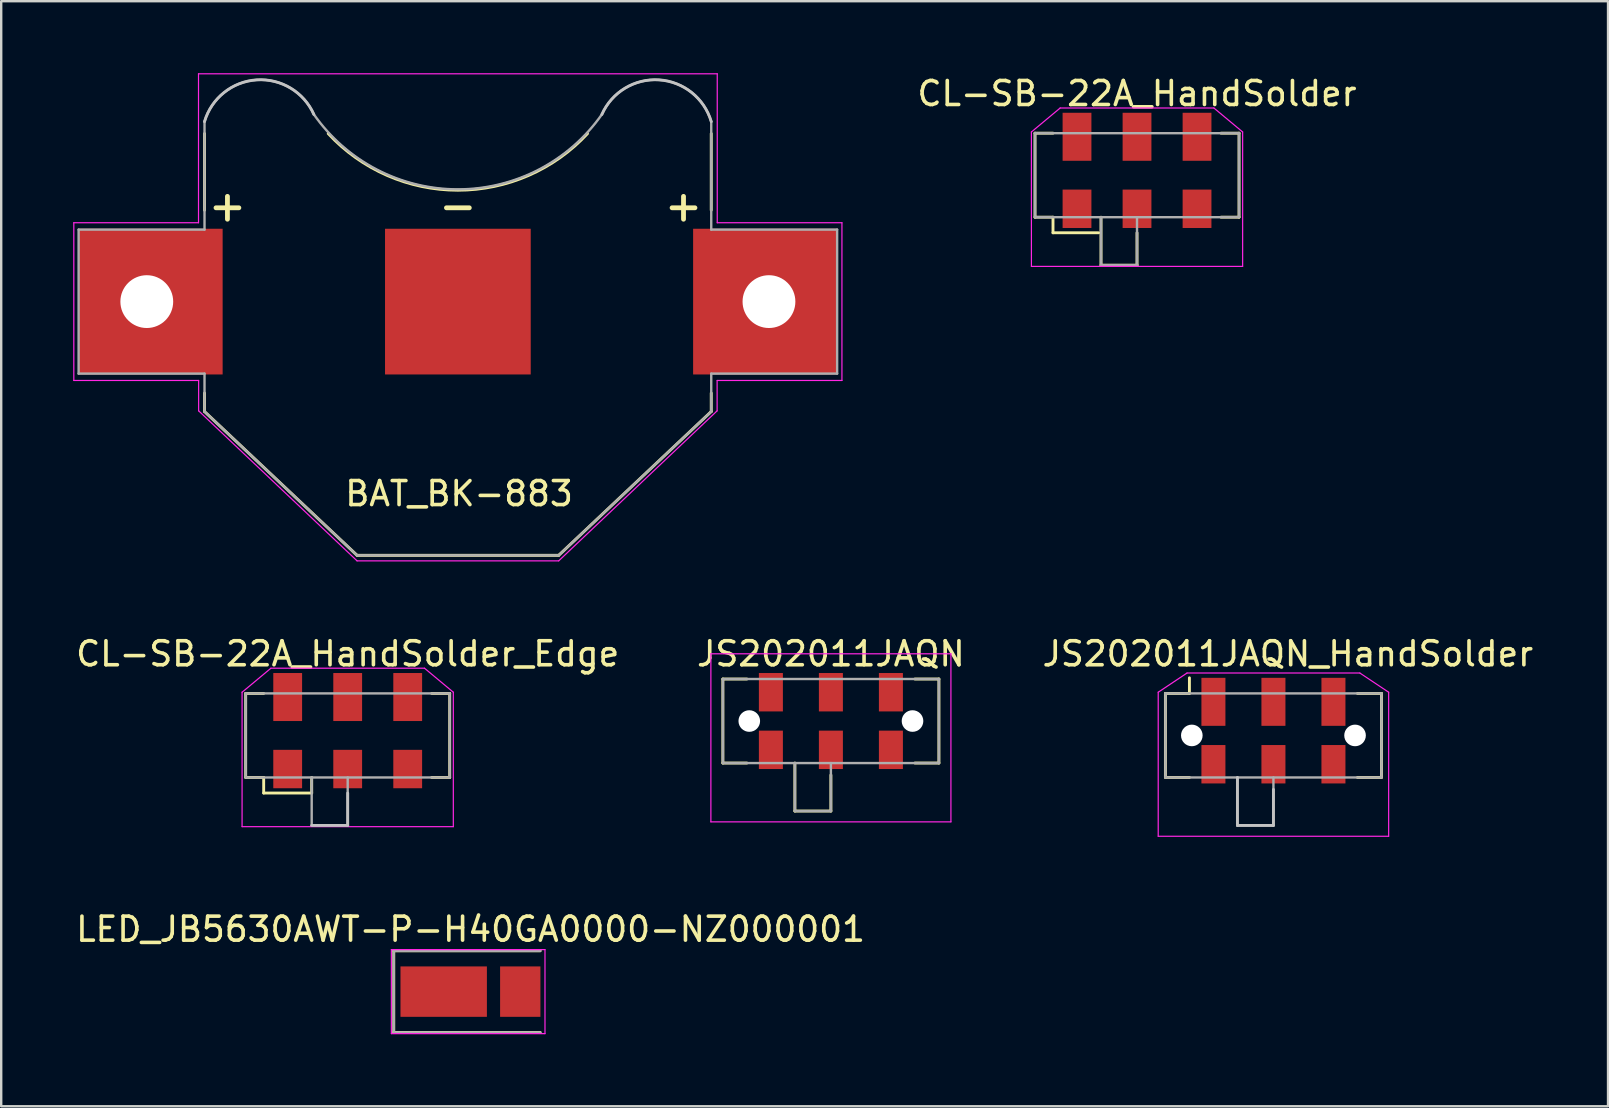
<source format=kicad_pcb>
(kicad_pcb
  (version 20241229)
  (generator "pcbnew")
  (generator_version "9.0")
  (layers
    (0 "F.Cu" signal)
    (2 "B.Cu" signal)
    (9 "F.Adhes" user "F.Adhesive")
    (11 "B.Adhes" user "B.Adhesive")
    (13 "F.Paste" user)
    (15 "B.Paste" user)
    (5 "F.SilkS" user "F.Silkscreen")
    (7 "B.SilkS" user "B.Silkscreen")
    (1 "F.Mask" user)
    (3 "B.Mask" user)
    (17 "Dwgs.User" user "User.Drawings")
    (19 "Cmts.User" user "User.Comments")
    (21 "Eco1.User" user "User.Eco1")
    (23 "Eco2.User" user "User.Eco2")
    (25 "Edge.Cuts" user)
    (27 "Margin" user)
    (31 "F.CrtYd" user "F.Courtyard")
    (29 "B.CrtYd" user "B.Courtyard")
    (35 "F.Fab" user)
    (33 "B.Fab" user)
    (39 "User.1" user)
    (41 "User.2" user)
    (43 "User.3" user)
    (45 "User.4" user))
  (footprint "JS202011JAQN"
    (layer "F.Cu")
    (at 31.565 26.988)
    (property "Reference" "JS202011JAQN" (at 0 -2.8 0) (layer "F.SilkS") (effects (font (size 1 1) (thickness 0.15))))
    (attr smd)
    (fp_line (start -4.5 -1.75) (end -4.5 1.75) (stroke (width 0.12) (type solid)) (layer "F.SilkS"))
    (fp_line (start -4.5 1.75) (end -3.5 1.75) (stroke (width 0.12) (type solid)) (layer "F.SilkS"))
    (fp_line (start -3.5 -1.75) (end -4.5 -1.75) (stroke (width 0.12) (type solid)) (layer "F.SilkS"))
    (fp_line (start -1.5 1.75) (end -1.5 3.75) (stroke (width 0.12) (type solid)) (layer "F.SilkS"))
    (fp_line (start -1.5 3.75) (end 0 3.75) (stroke (width 0.12) (type solid)) (layer "F.SilkS"))
    (fp_line (start 0 3.75) (end 0 2.25) (stroke (width 0.12) (type solid)) (layer "F.SilkS"))
    (fp_line (start 3.5 -1.75) (end 4.5 -1.75) (stroke (width 0.12) (type solid)) (layer "F.SilkS"))
    (fp_line (start 4.5 -1.75) (end 4.5 1.75) (stroke (width 0.12) (type solid)) (layer "F.SilkS"))
    (fp_line (start 4.5 1.75) (end 3.5 1.75) (stroke (width 0.12) (type solid)) (layer "F.SilkS"))
    (fp_line (start -5 -2.8) (end 5 -2.8) (stroke (width 0.05) (type solid)) (layer "F.CrtYd"))
    (fp_line (start -5 4.2) (end -5 -2.8) (stroke (width 0.05) (type solid)) (layer "F.CrtYd"))
    (fp_line (start 5 -2.8) (end 5 4.2) (stroke (width 0.05) (type solid)) (layer "F.CrtYd"))
    (fp_line (start 5 4.2) (end -5 4.2) (stroke (width 0.05) (type solid)) (layer "F.CrtYd"))
    (fp_line (start -4.5 -1.75) (end 4.5 -1.75) (stroke (width 0.1) (type solid)) (layer "F.Fab"))
    (fp_line (start -4.5 1.75) (end -4.5 -1.75) (stroke (width 0.1) (type solid)) (layer "F.Fab"))
    (fp_line (start -1.5 3.75) (end -1.5 1.75) (stroke (width 0.1) (type solid)) (layer "F.Fab"))
    (fp_line (start 0 1.75) (end 0 3.75) (stroke (width 0.1) (type solid)) (layer "F.Fab"))
    (fp_line (start 0 3.75) (end -1.5 3.75) (stroke (width 0.1) (type solid)) (layer "F.Fab"))
    (fp_line (start 4.5 -1.75) (end 4.5 1.75) (stroke (width 0.1) (type solid)) (layer "F.Fab"))
    (fp_line (start 4.5 1.75) (end -4.5 1.75) (stroke (width 0.1) (type solid)) (layer "F.Fab"))
    (pad "" np_thru_hole circle (at -3.4 0) (size 0.9 0.9) (drill 0.9) (layers "*.Cu" "*.Mask"))
    (pad "" np_thru_hole circle (at 3.4 0) (size 0.9 0.9) (drill 0.9) (layers "*.Cu" "*.Mask"))
    (pad "1" smd rect (at -2.5 -1.2) (size 1 1.6) (layers "F.Cu" "F.Mask" "F.Paste"))
    (pad "2" smd rect (at 0 -1.2) (size 1 1.6) (layers "F.Cu" "F.Mask" "F.Paste"))
    (pad "3" smd rect (at 2.5 -1.2) (size 1 1.6) (layers "F.Cu" "F.Mask" "F.Paste"))
    (pad "4" smd rect (at -2.5 1.2) (size 1 1.6) (layers "F.Cu" "F.Mask" "F.Paste"))
    (pad "5" smd rect (at 0 1.2) (size 1 1.6) (layers "F.Cu" "F.Mask" "F.Paste"))
    (pad "6" smd rect (at 2.5 1.2) (size 1 1.6) (layers "F.Cu" "F.Mask" "F.Paste")))
  (footprint "BAT_BK-883"
    (layer "F.Cu")
    (at 16.025 9.515)
    (property "Reference" "BAT_BK-883" (at 0.05 8 0) (layer "F.SilkS") (effects (font (size 1 1) (thickness 0.15))))
    (attr smd)
    (fp_line (start -10.555 -7) (end -10.555 -3.81) (stroke (width 0.12) (type solid)) (layer "F.SilkS"))
    (fp_line (start -10.555 3.81) (end -10.555 4.58) (stroke (width 0.12) (type solid)) (layer "F.SilkS"))
    (fp_line (start -10.555 4.58) (end -4.2 10.57) (stroke (width 0.12) (type solid)) (layer "F.SilkS"))
    (fp_line (start -4.2 10.57) (end 4.2 10.57) (stroke (width 0.12) (type solid)) (layer "F.SilkS"))
    (fp_line (start 4.2 10.57) (end 10.555 4.58) (stroke (width 0.12) (type solid)) (layer "F.SilkS"))
    (fp_line (start 10.555 -3.81) (end 10.555 -7) (stroke (width 0.12) (type solid)) (layer "F.SilkS"))
    (fp_line (start 10.555 4.58) (end 10.555 3.81) (stroke (width 0.12) (type solid)) (layer "F.SilkS"))
    (fp_arc (start 5.399999 -6.999999) (mid -0.000001 -4.641051) (end -5.4 -7) (stroke (width 0.12) (type solid)) (layer "F.SilkS"))
    (fp_arc (start -10.555 -7.5) (mid -8.382044 -9.237329) (end -6 -7.8) (stroke (width 0.12) (type solid)) (layer "Dwgs.User"))
    (fp_arc (start 6 -7.8) (mid 8.382044 -9.237329) (end 10.555 -7.5) (stroke (width 0.12) (type solid)) (layer "Dwgs.User"))
    (fp_line (start -16 -3.285) (end -16 3.285) (stroke (width 0.05) (type solid)) (layer "F.CrtYd"))
    (fp_line (start -16 3.285) (end -10.8 3.285) (stroke (width 0.05) (type solid)) (layer "F.CrtYd"))
    (fp_line (start -10.805 -9.49) (end -10.805 -3.285) (stroke (width 0.05) (type solid)) (layer "F.CrtYd"))
    (fp_line (start -10.805 -3.285) (end -16 -3.285) (stroke (width 0.05) (type solid)) (layer "F.CrtYd"))
    (fp_line (start -10.8 3.285) (end -10.8 4.55) (stroke (width 0.05) (type solid)) (layer "F.CrtYd"))
    (fp_line (start -10.8 4.55) (end -4.2 10.8) (stroke (width 0.05) (type solid)) (layer "F.CrtYd"))
    (fp_line (start -4.2 10.8) (end 4.2 10.8) (stroke (width 0.05) (type solid)) (layer "F.CrtYd"))
    (fp_line (start 10.8 4.55) (end 4.2 10.8) (stroke (width 0.05) (type solid)) (layer "F.CrtYd"))
    (fp_line (start 10.8 4.55) (end 10.8 3.285) (stroke (width 0.05) (type solid)) (layer "F.CrtYd"))
    (fp_line (start 10.805 -9.49) (end -10.805 -9.49) (stroke (width 0.05) (type solid)) (layer "F.CrtYd"))
    (fp_line (start 10.805 -3.285) (end 10.805 -9.49) (stroke (width 0.05) (type solid)) (layer "F.CrtYd"))
    (fp_line (start 10.805 3.285) (end 16 3.285) (stroke (width 0.05) (type solid)) (layer "F.CrtYd"))
    (fp_line (start 16 -3.285) (end 10.805 -3.285) (stroke (width 0.05) (type solid)) (layer "F.CrtYd"))
    (fp_line (start 16 3.285) (end 16 -3.285) (stroke (width 0.05) (type solid)) (layer "F.CrtYd"))
    (fp_line (start -15.8 -3) (end -15.8 3) (stroke (width 0.1) (type solid)) (layer "F.Fab"))
    (fp_line (start -15.8 3) (end -10.555 3) (stroke (width 0.1) (type solid)) (layer "F.Fab"))
    (fp_line (start -10.555 -7.5) (end -10.555 -3) (stroke (width 0.1) (type solid)) (layer "F.Fab"))
    (fp_line (start -10.555 -3) (end -15.8 -3) (stroke (width 0.1) (type solid)) (layer "F.Fab"))
    (fp_line (start -10.555 3) (end -10.555 4.58) (stroke (width 0.1) (type solid)) (layer "F.Fab"))
    (fp_line (start -10.555 4.58) (end -4.2 10.57) (stroke (width 0.1) (type solid)) (layer "F.Fab"))
    (fp_line (start -4.2 10.57) (end 4.2 10.57) (stroke (width 0.1) (type solid)) (layer "F.Fab"))
    (fp_line (start 4.2 10.57) (end 10.555 4.58) (stroke (width 0.1) (type solid)) (layer "F.Fab"))
    (fp_line (start 10.555 -3) (end 10.555 -7.5) (stroke (width 0.1) (type solid)) (layer "F.Fab"))
    (fp_line (start 10.555 3) (end 15.8 3) (stroke (width 0.1) (type solid)) (layer "F.Fab"))
    (fp_line (start 10.555 4.58) (end 10.555 3) (stroke (width 0.1) (type solid)) (layer "F.Fab"))
    (fp_line (start 15.8 -3) (end 10.555 -3) (stroke (width 0.1) (type solid)) (layer "F.Fab"))
    (fp_line (start 15.8 3) (end 15.8 -3) (stroke (width 0.1) (type solid)) (layer "F.Fab"))
    (fp_arc (start -10.555 -7.5) (mid -8.382044 -9.237329) (end -6 -7.8) (stroke (width 0.1) (type solid)) (layer "F.Fab"))
    (fp_arc (start 6 -7.8) (mid 0 -4.676598) (end -6 -7.8) (stroke (width 0.1) (type solid)) (layer "F.Fab"))
    (fp_arc (start 6 -7.8) (mid 8.382044 -9.237329) (end 10.555 -7.5) (stroke (width 0.1) (type solid)) (layer "F.Fab"))
    (fp_text user "+" (at -9.6 -4 0) (layer "F.SilkS") (effects (font (size 1.25 1.25) (thickness 0.2))))
    (fp_text user "+" (at 9.4 -4 0) (layer "F.SilkS") (effects (font (size 1.25 1.25) (thickness 0.2))))
    (fp_text user "-" (at 0 -4 0) (layer "F.SilkS") (effects (font (size 1.25 1.25) (thickness 0.2))))
    (pad "" np_thru_hole circle (at -12.96 0) (size 2.2 2.2) (drill 2.2) (layers "*.Cu" "*.Mask"))
    (pad "" np_thru_hole circle (at 12.96 0) (size 2.2 2.2) (drill 2.2) (layers "*.Cu" "*.Mask"))
    (pad "1" smd rect (at -12.8 0) (size 6 6.07) (layers "F.Cu" "F.Mask" "F.Paste"))
    (pad "2" smd rect (at 0 0) (size 6.07 6.07) (layers "F.Cu" "F.Mask" "F.Paste"))
    (pad "3" smd rect (at 12.8 0) (size 6 6.07) (layers "F.Cu" "F.Mask" "F.Paste")))
  (footprint "CL-SB-22A_HandSolder_Edge"
    (layer "F.Cu")
    (at 11.435 27.588)
    (property "Reference" "CL-SB-22A_HandSolder_Edge" (at 0 -3.4 0) (layer "F.SilkS") (effects (font (size 1 1) (thickness 0.15))))
    (attr smd)
    (fp_line (start -4.25 -1.75) (end -4.25 1.75) (stroke (width 0.12) (type solid)) (layer "F.SilkS"))
    (fp_line (start -4.25 1.75) (end -3.5 1.75) (stroke (width 0.12) (type solid)) (layer "F.SilkS"))
    (fp_line (start -3.5 -1.75) (end -4.25 -1.75) (stroke (width 0.12) (type solid)) (layer "F.SilkS"))
    (fp_line (start -3.5 1.75) (end -3.5 2.4) (stroke (width 0.12) (type solid)) (layer "F.SilkS"))
    (fp_line (start -3.5 2.4) (end -1.5 2.4) (stroke (width 0.12) (type solid)) (layer "F.SilkS"))
    (fp_line (start -1.5 1.75) (end -1.5 2.4) (stroke (width 0.12) (type solid)) (layer "F.SilkS"))
    (fp_line (start 3.5 -1.75) (end 4.25 -1.75) (stroke (width 0.12) (type solid)) (layer "F.SilkS"))
    (fp_line (start 4.25 -1.75) (end 4.25 1.75) (stroke (width 0.12) (type solid)) (layer "F.SilkS"))
    (fp_line (start 4.25 1.75) (end 3.5 1.75) (stroke (width 0.12) (type solid)) (layer "F.SilkS"))
    (fp_line (start -1.5 3.75) (end 0 3.75) (stroke (width 0.12) (type solid)) (layer "Dwgs.User"))
    (fp_line (start 0 3.75) (end 0 2.4) (stroke (width 0.12) (type solid)) (layer "Dwgs.User"))
    (fp_line (start -4.4 -1.8) (end -3.2 -2.8) (stroke (width 0.05) (type solid)) (layer "F.CrtYd"))
    (fp_line (start -4.4 3.8) (end -4.4 -1.8) (stroke (width 0.05) (type solid)) (layer "F.CrtYd"))
    (fp_line (start -3.2 -2.8) (end 3.2 -2.8) (stroke (width 0.05) (type solid)) (layer "F.CrtYd"))
    (fp_line (start 4.4 -1.8) (end 3.2 -2.8) (stroke (width 0.05) (type solid)) (layer "F.CrtYd"))
    (fp_line (start 4.4 -1.8) (end 4.4 3.8) (stroke (width 0.05) (type solid)) (layer "F.CrtYd"))
    (fp_line (start 4.4 3.8) (end -4.4 3.8) (stroke (width 0.05) (type solid)) (layer "F.CrtYd"))
    (fp_line (start -4.25 -1.75) (end 4.25 -1.75) (stroke (width 0.1) (type solid)) (layer "F.Fab"))
    (fp_line (start -4.25 1.75) (end -4.25 -1.75) (stroke (width 0.1) (type solid)) (layer "F.Fab"))
    (fp_line (start -1.5 3.75) (end -1.5 1.75) (stroke (width 0.1) (type solid)) (layer "F.Fab"))
    (fp_line (start 0 1.75) (end 0 3.75) (stroke (width 0.1) (type solid)) (layer "F.Fab"))
    (fp_line (start 0 3.75) (end -1.5 3.75) (stroke (width 0.1) (type solid)) (layer "F.Fab"))
    (fp_line (start 4.25 -1.75) (end 4.25 1.75) (stroke (width 0.1) (type solid)) (layer "F.Fab"))
    (fp_line (start 4.25 1.75) (end -4.25 1.75) (stroke (width 0.1) (type solid)) (layer "F.Fab"))
    (pad "1" smd rect (at -2.5 1.4) (size 1.2 1.6) (layers "F.Cu" "F.Mask" "F.Paste"))
    (pad "2" smd rect (at 0 1.4) (size 1.2 1.6) (layers "F.Cu" "F.Mask" "F.Paste"))
    (pad "3" smd rect (at 2.5 1.4) (size 1.2 1.6) (layers "F.Cu" "F.Mask" "F.Paste"))
    (pad "4" smd rect (at -2.5 -1.6) (size 1.2 2) (layers "F.Cu" "F.Mask" "F.Paste"))
    (pad "5" smd rect (at 0 -1.6) (size 1.2 2) (layers "F.Cu" "F.Mask" "F.Paste"))
    (pad "6" smd rect (at 2.5 -1.6) (size 1.2 2) (layers "F.Cu" "F.Mask" "F.Paste")))
  (footprint "LED_JB5630AWT-P-H40GA0000-NZ000001"
    (layer "F.Cu")
    (at 16.554 38.261)
    (property "Reference" "LED_JB5630AWT-P-H40GA0000-NZ000001" (at 0 -2.6 0) (layer "F.SilkS") (effects (font (size 1 1) (thickness 0.15))))
    (attr smd)
    (fp_line (start -3.2 -1.7) (end -3.2 1.7) (stroke (width 0.12) (type solid)) (layer "F.SilkS"))
    (fp_line (start -3.2 -1.7) (end 2.9 -1.7) (stroke (width 0.12) (type solid)) (layer "F.SilkS"))
    (fp_line (start 2.9 1.7) (end -3.2 1.7) (stroke (width 0.12) (type solid)) (layer "F.SilkS"))
    (fp_line (start -3.3 -1.75) (end 3.1 -1.75) (stroke (width 0.05) (type solid)) (layer "F.CrtYd"))
    (fp_line (start -3.3 1.75) (end -3.3 -1.75) (stroke (width 0.05) (type solid)) (layer "F.CrtYd"))
    (fp_line (start 3.1 -1.75) (end 3.1 1.75) (stroke (width 0.05) (type solid)) (layer "F.CrtYd"))
    (fp_line (start 3.1 1.75) (end -3.3 1.75) (stroke (width 0.05) (type solid)) (layer "F.CrtYd"))
    (fp_line (start -3.2 -1.7) (end 2.9 -1.7) (stroke (width 0.1) (type solid)) (layer "F.Fab"))
    (fp_line (start -3.2 1.7) (end -3.2 -1.7) (stroke (width 0.1) (type solid)) (layer "F.Fab"))
    (fp_line (start 2.9 1.7) (end -3.2 1.7) (stroke (width 0.1) (type solid)) (layer "F.Fab"))
    (pad "1" smd rect (at -1.12 0 180) (size 3.6 2.1) (layers "F.Cu" "F.Mask" "F.Paste"))
    (pad "2" smd rect (at 2.07 0 270) (size 2.1 1.68) (layers "F.Cu" "F.Mask" "F.Paste")))
  (footprint "CL-SB-22A_HandSolder"
    (layer "F.Cu")
    (at 44.318 4.248)
    (property "Reference" "CL-SB-22A_HandSolder" (at 0 -3.4 0) (layer "F.SilkS") (effects (font (size 1 1) (thickness 0.15))))
    (attr smd)
    (fp_line (start -4.25 -1.75) (end -4.25 1.75) (stroke (width 0.12) (type solid)) (layer "F.SilkS"))
    (fp_line (start -4.25 1.75) (end -3.5 1.75) (stroke (width 0.12) (type solid)) (layer "F.SilkS"))
    (fp_line (start -3.5 -1.75) (end -4.25 -1.75) (stroke (width 0.12) (type solid)) (layer "F.SilkS"))
    (fp_line (start -3.5 1.75) (end -3.5 2.4) (stroke (width 0.12) (type solid)) (layer "F.SilkS"))
    (fp_line (start -3.5 2.4) (end -1.6 2.4) (stroke (width 0.12) (type solid)) (layer "F.SilkS"))
    (fp_line (start -1.5 1.75) (end -1.5 3.75) (stroke (width 0.12) (type solid)) (layer "F.SilkS"))
    (fp_line (start -1.5 3.75) (end 0 3.75) (stroke (width 0.12) (type solid)) (layer "F.SilkS"))
    (fp_line (start 0 3.75) (end 0 2.4) (stroke (width 0.12) (type solid)) (layer "F.SilkS"))
    (fp_line (start 3.5 -1.75) (end 4.25 -1.75) (stroke (width 0.12) (type solid)) (layer "F.SilkS"))
    (fp_line (start 4.25 -1.75) (end 4.25 1.75) (stroke (width 0.12) (type solid)) (layer "F.SilkS"))
    (fp_line (start 4.25 1.75) (end 3.5 1.75) (stroke (width 0.12) (type solid)) (layer "F.SilkS"))
    (fp_line (start -4.4 -1.8) (end -3.2 -2.8) (stroke (width 0.05) (type solid)) (layer "F.CrtYd"))
    (fp_line (start -4.4 3.8) (end -4.4 -1.8) (stroke (width 0.05) (type solid)) (layer "F.CrtYd"))
    (fp_line (start -3.2 -2.8) (end 3.2 -2.8) (stroke (width 0.05) (type solid)) (layer "F.CrtYd"))
    (fp_line (start 4.4 -1.8) (end 3.2 -2.8) (stroke (width 0.05) (type solid)) (layer "F.CrtYd"))
    (fp_line (start 4.4 -1.8) (end 4.4 3.8) (stroke (width 0.05) (type solid)) (layer "F.CrtYd"))
    (fp_line (start 4.4 3.8) (end -4.4 3.8) (stroke (width 0.05) (type solid)) (layer "F.CrtYd"))
    (fp_line (start -4.25 -1.75) (end 4.25 -1.75) (stroke (width 0.1) (type solid)) (layer "F.Fab"))
    (fp_line (start -4.25 1.75) (end -4.25 -1.75) (stroke (width 0.1) (type solid)) (layer "F.Fab"))
    (fp_line (start -1.5 3.75) (end -1.5 1.75) (stroke (width 0.1) (type solid)) (layer "F.Fab"))
    (fp_line (start 0 1.75) (end 0 3.75) (stroke (width 0.1) (type solid)) (layer "F.Fab"))
    (fp_line (start 0 3.75) (end -1.5 3.75) (stroke (width 0.1) (type solid)) (layer "F.Fab"))
    (fp_line (start 4.25 -1.75) (end 4.25 1.75) (stroke (width 0.1) (type solid)) (layer "F.Fab"))
    (fp_line (start 4.25 1.75) (end -4.25 1.75) (stroke (width 0.1) (type solid)) (layer "F.Fab"))
    (pad "1" smd rect (at -2.5 1.4) (size 1.2 1.6) (layers "F.Cu" "F.Mask" "F.Paste"))
    (pad "2" smd rect (at 0 1.4) (size 1.2 1.6) (layers "F.Cu" "F.Mask" "F.Paste"))
    (pad "3" smd rect (at 2.5 1.4) (size 1.2 1.6) (layers "F.Cu" "F.Mask" "F.Paste"))
    (pad "4" smd rect (at -2.5 -1.6) (size 1.2 2) (layers "F.Cu" "F.Mask" "F.Paste"))
    (pad "5" smd rect (at 0 -1.6) (size 1.2 2) (layers "F.Cu" "F.Mask" "F.Paste"))
    (pad "6" smd rect (at 2.5 -1.6) (size 1.2 2) (layers "F.Cu" "F.Mask" "F.Paste")))
  (footprint "JS202011JAQN_HandSolder"
    (layer "F.Cu")
    (at 50.001 27.588)
    (property "Reference" "JS202011JAQN_HandSolder" (at 0.6 -3.4 0) (layer "F.SilkS") (effects (font (size 1 1) (thickness 0.15))))
    (attr smd)
    (fp_line (start -4.5 -1.75) (end -4.5 1.75) (stroke (width 0.12) (type solid)) (layer "F.SilkS"))
    (fp_line (start -4.5 1.75) (end -3.5 1.75) (stroke (width 0.12) (type solid)) (layer "F.SilkS"))
    (fp_line (start -3.5 -1.75) (end -4.5 -1.75) (stroke (width 0.12) (type solid)) (layer "F.SilkS"))
    (fp_line (start -3.5 -1.75) (end -3.5 -2.4) (stroke (width 0.12) (type solid)) (layer "F.SilkS"))
    (fp_line (start 3.5 -1.75) (end 4.5 -1.75) (stroke (width 0.12) (type solid)) (layer "F.SilkS"))
    (fp_line (start 4.5 -1.75) (end 4.5 1.75) (stroke (width 0.12) (type solid)) (layer "F.SilkS"))
    (fp_line (start 4.5 1.75) (end 3.5 1.75) (stroke (width 0.12) (type solid)) (layer "F.SilkS"))
    (fp_line (start -1.5 1.75) (end -1.5 3.75) (stroke (width 0.12) (type solid)) (layer "Dwgs.User"))
    (fp_line (start -1.5 3.75) (end 0 3.75) (stroke (width 0.12) (type solid)) (layer "Dwgs.User"))
    (fp_line (start 0 3.75) (end 0 2.25) (stroke (width 0.12) (type solid)) (layer "Dwgs.User"))
    (fp_line (start -4.8 -1.8) (end -3.6 -2.6) (stroke (width 0.05) (type solid)) (layer "F.CrtYd"))
    (fp_line (start -4.8 4.2) (end -4.8 -1.8) (stroke (width 0.05) (type solid)) (layer "F.CrtYd"))
    (fp_line (start -3.6 -2.6) (end 3.6 -2.6) (stroke (width 0.05) (type solid)) (layer "F.CrtYd"))
    (fp_line (start 4.8 -1.8) (end 3.6 -2.6) (stroke (width 0.05) (type solid)) (layer "F.CrtYd"))
    (fp_line (start 4.8 -1.8) (end 4.8 4.2) (stroke (width 0.05) (type solid)) (layer "F.CrtYd"))
    (fp_line (start 4.8 4.2) (end -4.8 4.2) (stroke (width 0.05) (type solid)) (layer "F.CrtYd"))
    (fp_line (start -4.5 -1.75) (end 4.5 -1.75) (stroke (width 0.1) (type solid)) (layer "F.Fab"))
    (fp_line (start -4.5 1.75) (end -4.5 -1.75) (stroke (width 0.1) (type solid)) (layer "F.Fab"))
    (fp_line (start -1.5 3.75) (end -1.5 1.75) (stroke (width 0.1) (type solid)) (layer "F.Fab"))
    (fp_line (start 0 1.75) (end 0 3.75) (stroke (width 0.1) (type solid)) (layer "F.Fab"))
    (fp_line (start 0 3.75) (end -1.5 3.75) (stroke (width 0.1) (type solid)) (layer "F.Fab"))
    (fp_line (start 4.5 -1.75) (end 4.5 1.75) (stroke (width 0.1) (type solid)) (layer "F.Fab"))
    (fp_line (start 4.5 1.75) (end -4.5 1.75) (stroke (width 0.1) (type solid)) (layer "F.Fab"))
    (pad "" np_thru_hole circle (at -3.4 0) (size 0.9 0.9) (drill 0.9) (layers "*.Cu" "*.Mask"))
    (pad "" np_thru_hole circle (at 3.4 0) (size 0.9 0.9) (drill 0.9) (layers "*.Cu" "*.Mask"))
    (pad "1" smd rect (at -2.5 -1.4) (size 1 2) (layers "F.Cu" "F.Mask" "F.Paste"))
    (pad "2" smd rect (at 0 -1.4) (size 1 2) (layers "F.Cu" "F.Mask" "F.Paste"))
    (pad "3" smd rect (at 2.5 -1.4) (size 1 2) (layers "F.Cu" "F.Mask" "F.Paste"))
    (pad "4" smd rect (at -2.5 1.2) (size 1 1.6) (layers "F.Cu" "F.Mask" "F.Paste"))
    (pad "5" smd rect (at 0 1.2) (size 1 1.6) (layers "F.Cu" "F.Mask" "F.Paste"))
    (pad "6" smd rect (at 2.5 1.2) (size 1 1.6) (layers "F.Cu" "F.Mask" "F.Paste")))
  (gr_rect
    (start -3 -3)
    (end 63.94 43.036)
    (stroke (width 0.1) (type default))
    (fill no)
    (layer "Edge.Cuts")))
</source>
